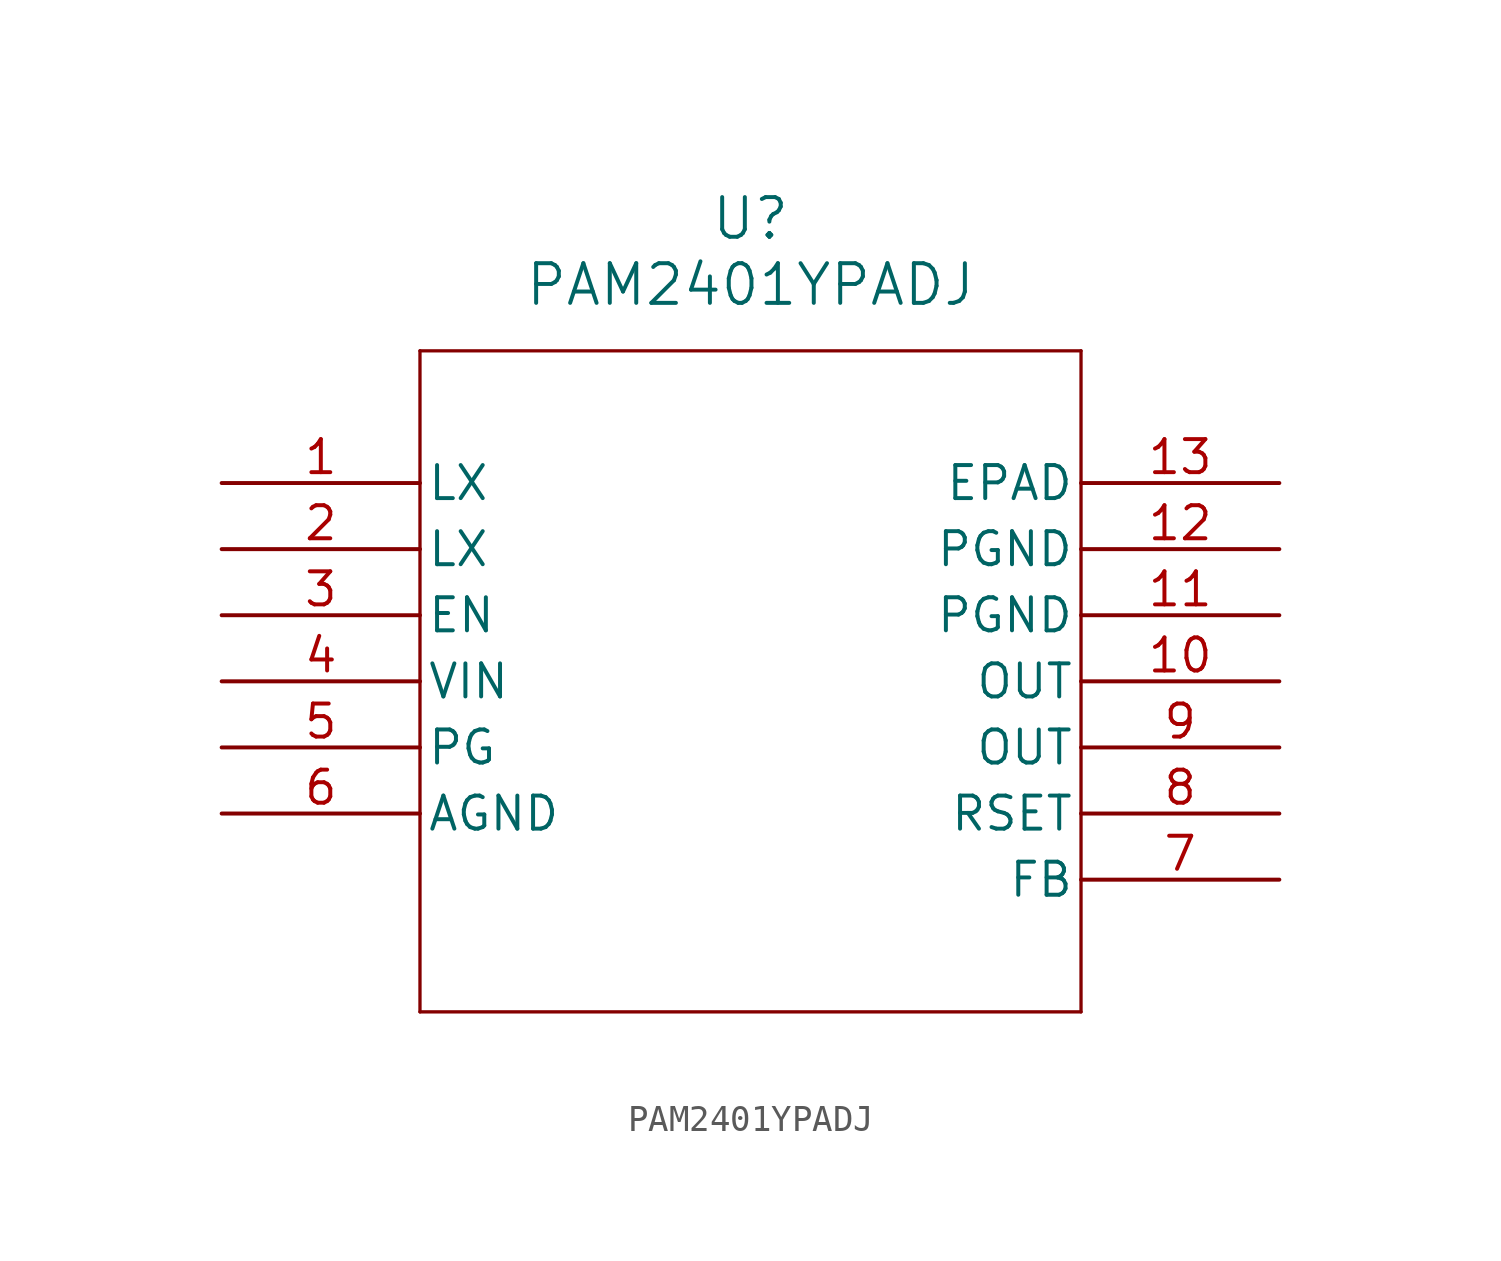
<source format=kicad_sym>
(kicad_symbol_lib
  (version 20211014)
  (generator kicad_symbol_editor)
  (symbol "PAM2401YPADJ"
    (pin_names
      (offset 0.254))
    (property "Reference" "U"
      (at 20.32 10.16 0)
      (effects (font (size 1.524 1.524))))
    (property "Value" "PAM2401YPADJ"
      (at 20.32 7.62 0)
      (effects (font (size 1.524 1.524))))
    (symbol "PAM2401YPADJ_0_1"
      (polyline (pts (xy 7.62 5.08) (xy 7.62 -20.32)) (stroke (width 0.127) (type default) (color 0 0 0 0)) (fill (type none)))
      (polyline (pts (xy 7.62 -20.32) (xy 33.02 -20.32)) (stroke (width 0.127) (type default) (color 0 0 0 0)) (fill (type none)))
      (polyline (pts (xy 33.02 -20.32) (xy 33.02 5.08)) (stroke (width 0.127) (type default) (color 0 0 0 0)) (fill (type none)))
      (polyline (pts (xy 33.02 5.08) (xy 7.62 5.08)) (stroke (width 0.127) (type default) (color 0 0 0 0)) (fill (type none)))
      (pin unspecified line (at 0 0 0) (length 7.62) (name "LX" (effects (font (size 1.27 1.27)))) (number "1" (effects (font (size 1.27 1.27)))))
      (pin unspecified line (at 0 -2.54 0) (length 7.62) (name "LX" (effects (font (size 1.27 1.27)))) (number "2" (effects (font (size 1.27 1.27)))))
      (pin input line (at 0 -5.08 0) (length 7.62) (name "EN" (effects (font (size 1.27 1.27)))) (number "3" (effects (font (size 1.27 1.27)))))
      (pin power_in line (at 0 -7.62 0) (length 7.62) (name "VIN" (effects (font (size 1.27 1.27)))) (number "4" (effects (font (size 1.27 1.27)))))
      (pin output line (at 0 -10.16 0) (length 7.62) (name "PG" (effects (font (size 1.27 1.27)))) (number "5" (effects (font (size 1.27 1.27)))))
      (pin power_out line (at 0 -12.7 0) (length 7.62) (name "AGND" (effects (font (size 1.27 1.27)))) (number "6" (effects (font (size 1.27 1.27)))))
      (pin unspecified line (at 40.64 -15.24 180) (length 7.62) (name "FB" (effects (font (size 1.27 1.27)))) (number "7" (effects (font (size 1.27 1.27)))))
      (pin unspecified line (at 40.64 -12.7 180) (length 7.62) (name "RSET" (effects (font (size 1.27 1.27)))) (number "8" (effects (font (size 1.27 1.27)))))
      (pin output line (at 40.64 -10.16 180) (length 7.62) (name "OUT" (effects (font (size 1.27 1.27)))) (number "9" (effects (font (size 1.27 1.27)))))
      (pin output line (at 40.64 -7.62 180) (length 7.62) (name "OUT" (effects (font (size 1.27 1.27)))) (number "10" (effects (font (size 1.27 1.27)))))
      (pin power_out line (at 40.64 -5.08 180) (length 7.62) (name "PGND" (effects (font (size 1.27 1.27)))) (number "11" (effects (font (size 1.27 1.27)))))
      (pin power_out line (at 40.64 -2.54 180) (length 7.62) (name "PGND" (effects (font (size 1.27 1.27)))) (number "12" (effects (font (size 1.27 1.27)))))
      (pin power_out line (at 40.64 0 180) (length 7.62) (name "EPAD" (effects (font (size 1.27 1.27)))) (number "13" (effects (font (size 1.27 1.27))))))))
</source>
